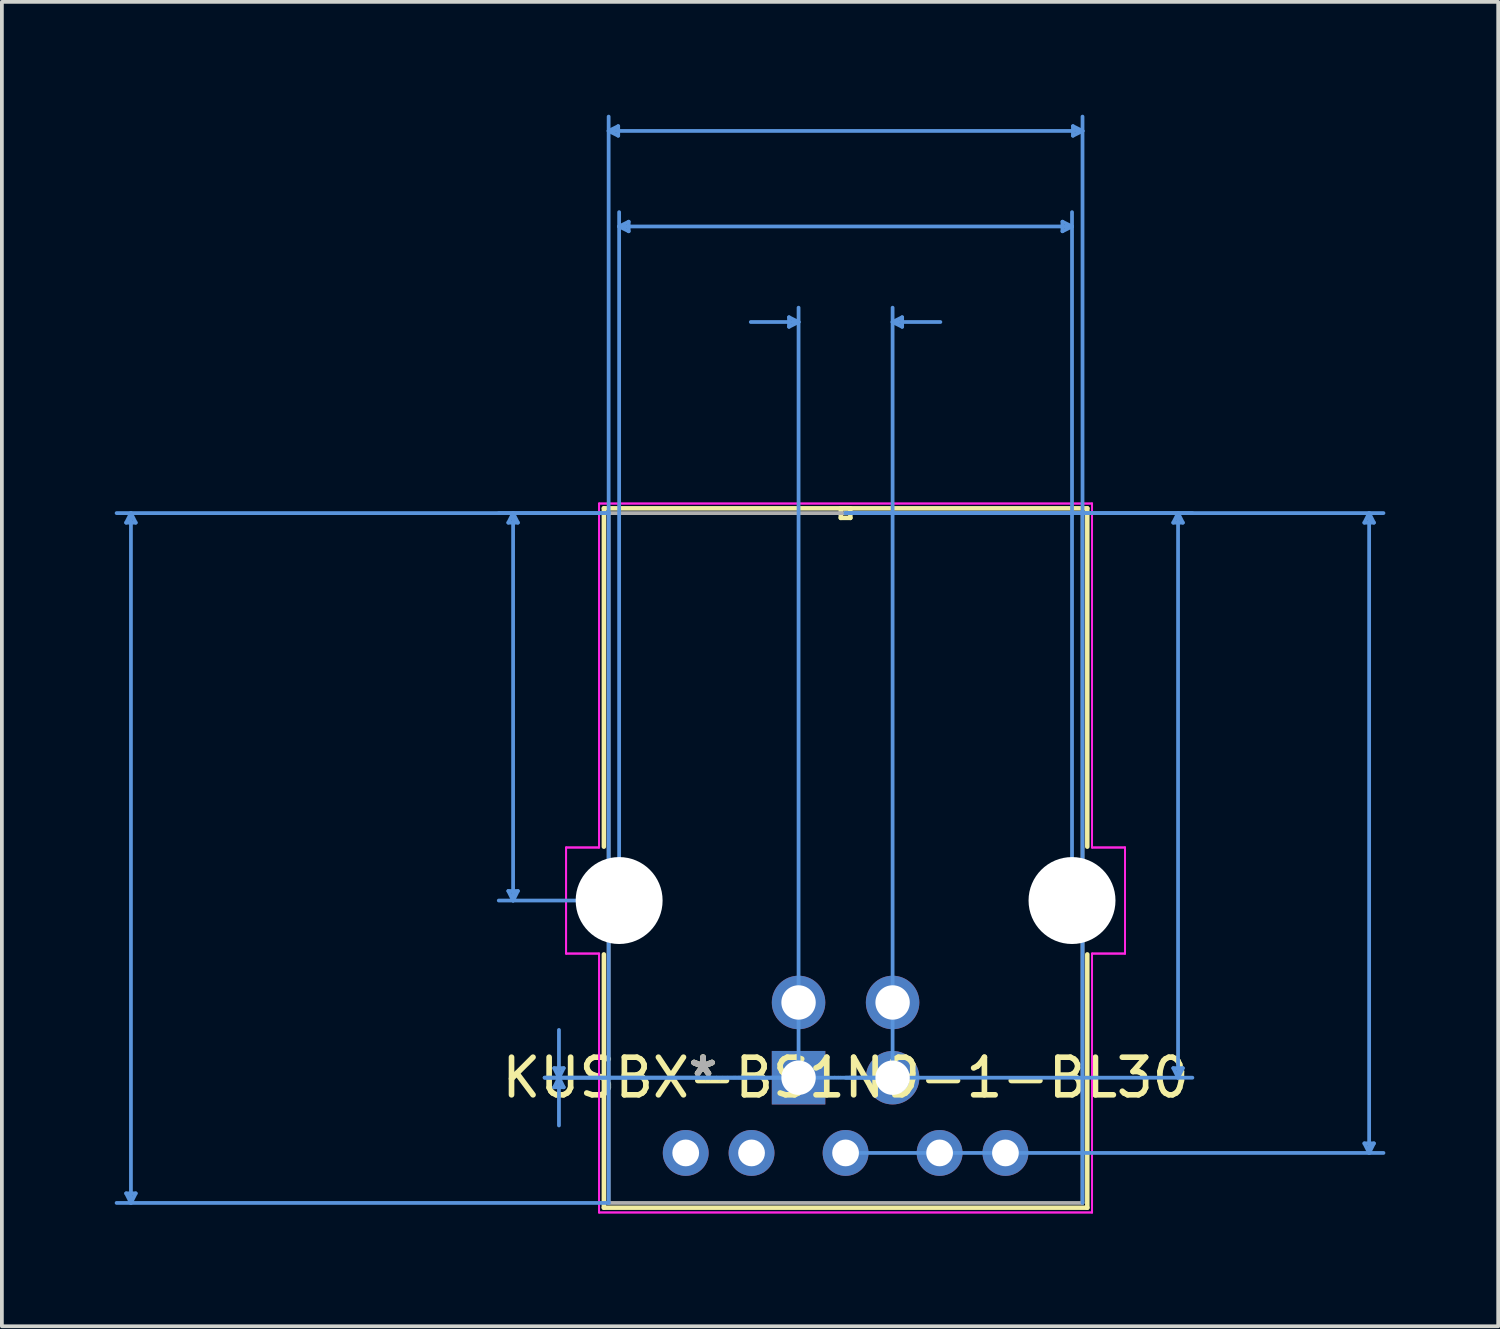
<source format=kicad_pcb>
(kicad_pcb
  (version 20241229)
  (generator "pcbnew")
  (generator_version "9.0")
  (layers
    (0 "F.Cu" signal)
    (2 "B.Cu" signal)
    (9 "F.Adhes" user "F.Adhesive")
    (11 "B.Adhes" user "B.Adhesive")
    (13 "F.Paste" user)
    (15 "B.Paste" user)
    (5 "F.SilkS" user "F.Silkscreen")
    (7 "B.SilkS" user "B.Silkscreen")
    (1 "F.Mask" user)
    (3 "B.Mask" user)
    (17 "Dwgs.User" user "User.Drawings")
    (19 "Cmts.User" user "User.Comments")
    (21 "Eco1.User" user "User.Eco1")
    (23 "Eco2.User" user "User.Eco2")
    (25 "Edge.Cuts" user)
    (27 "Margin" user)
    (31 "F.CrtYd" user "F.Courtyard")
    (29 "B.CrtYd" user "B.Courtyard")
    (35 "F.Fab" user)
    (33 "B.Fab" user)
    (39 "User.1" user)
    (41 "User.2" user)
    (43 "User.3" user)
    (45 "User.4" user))
  (footprint "KUSBX-BS1N9-1-BL30"
    (layer "F.Cu")
    (at 18.18 25.601)
    (property "Reference" "KUSBX-BS1N9-1-BL30" (at 1.25 0 0) (layer "F.SilkS") (effects (font (size 1 1) (thickness 0.15))))
    (attr through_hole)
    (fp_line (start -5.176 -15.137) (end -5.176 -6.142) (stroke (width 0.12) (type solid)) (layer "F.SilkS"))
    (fp_line (start -5.176 -3.278) (end -5.176 3.456) (stroke (width 0.12) (type solid)) (layer "F.SilkS"))
    (fp_line (start -5.176 3.456) (end 7.676 3.456) (stroke (width 0.12) (type solid)) (layer "F.SilkS"))
    (fp_line (start 1.123 -15.137) (end 1.123 -14.883) (stroke (width 0.12) (type solid)) (layer "F.SilkS"))
    (fp_line (start 1.123 -14.883) (end 1.377 -14.883) (stroke (width 0.12) (type solid)) (layer "F.SilkS"))
    (fp_line (start 1.377 -15.137) (end 1.123 -15.137) (stroke (width 0.12) (type solid)) (layer "F.SilkS"))
    (fp_line (start 1.377 -14.883) (end 1.377 -15.137) (stroke (width 0.12) (type solid)) (layer "F.SilkS"))
    (fp_line (start 7.676 -15.137) (end -5.176 -15.137) (stroke (width 0.12) (type solid)) (layer "F.SilkS"))
    (fp_line (start 7.676 -6.142) (end 7.676 -15.137) (stroke (width 0.12) (type solid)) (layer "F.SilkS"))
    (fp_line (start 7.676 3.456) (end 7.676 -3.278) (stroke (width 0.12) (type solid)) (layer "F.SilkS"))
    (fp_line (start -17.876 -14.756) (end -17.622 -14.756) (stroke (width 0.1) (type solid)) (layer "Cmts.User"))
    (fp_line (start -17.876 3.075) (end -17.622 3.075) (stroke (width 0.1) (type solid)) (layer "Cmts.User"))
    (fp_line (start -17.749 -15.01) (end -17.876 -14.756) (stroke (width 0.1) (type solid)) (layer "Cmts.User"))
    (fp_line (start -17.749 -15.01) (end -17.749 3.329) (stroke (width 0.1) (type solid)) (layer "Cmts.User"))
    (fp_line (start -17.749 -15.01) (end -17.622 -14.756) (stroke (width 0.1) (type solid)) (layer "Cmts.User"))
    (fp_line (start -17.749 3.329) (end -17.876 3.075) (stroke (width 0.1) (type solid)) (layer "Cmts.User"))
    (fp_line (start -17.749 3.329) (end -17.622 3.075) (stroke (width 0.1) (type solid)) (layer "Cmts.User"))
    (fp_line (start -7.716 -14.756) (end -7.462 -14.756) (stroke (width 0.1) (type solid)) (layer "Cmts.User"))
    (fp_line (start -7.716 -4.964) (end -7.462 -4.964) (stroke (width 0.1) (type solid)) (layer "Cmts.User"))
    (fp_line (start -7.589 -15.01) (end -7.716 -14.756) (stroke (width 0.1) (type solid)) (layer "Cmts.User"))
    (fp_line (start -7.589 -15.01) (end -7.589 -4.71) (stroke (width 0.1) (type solid)) (layer "Cmts.User"))
    (fp_line (start -7.589 -15.01) (end -7.462 -14.756) (stroke (width 0.1) (type solid)) (layer "Cmts.User"))
    (fp_line (start -7.589 -4.71) (end -7.716 -4.964) (stroke (width 0.1) (type solid)) (layer "Cmts.User"))
    (fp_line (start -7.589 -4.71) (end -7.462 -4.964) (stroke (width 0.1) (type solid)) (layer "Cmts.User"))
    (fp_line (start -6.497 -0.254) (end -6.243 -0.254) (stroke (width 0.1) (type solid)) (layer "Cmts.User"))
    (fp_line (start -6.497 0.254) (end -6.243 0.254) (stroke (width 0.1) (type solid)) (layer "Cmts.User"))
    (fp_line (start -6.37 0) (end -6.497 -0.254) (stroke (width 0.1) (type solid)) (layer "Cmts.User"))
    (fp_line (start -6.37 0) (end -6.497 0.254) (stroke (width 0.1) (type solid)) (layer "Cmts.User"))
    (fp_line (start -6.37 0) (end -6.37 -1.27) (stroke (width 0.1) (type solid)) (layer "Cmts.User"))
    (fp_line (start -6.37 0) (end -6.37 1.27) (stroke (width 0.1) (type solid)) (layer "Cmts.User"))
    (fp_line (start -6.37 0) (end -6.243 -0.254) (stroke (width 0.1) (type solid)) (layer "Cmts.User"))
    (fp_line (start -6.37 0) (end -6.243 0.254) (stroke (width 0.1) (type solid)) (layer "Cmts.User"))
    (fp_line (start -5.049 -25.17) (end -4.795 -25.297) (stroke (width 0.1) (type solid)) (layer "Cmts.User"))
    (fp_line (start -5.049 -25.17) (end -4.795 -25.043) (stroke (width 0.1) (type solid)) (layer "Cmts.User"))
    (fp_line (start -5.049 -25.17) (end 7.549 -25.17) (stroke (width 0.1) (type solid)) (layer "Cmts.User"))
    (fp_line (start -5.049 -15.01) (end -18.13 -15.01) (stroke (width 0.1) (type solid)) (layer "Cmts.User"))
    (fp_line (start -5.049 -15.01) (end -7.97 -15.01) (stroke (width 0.1) (type solid)) (layer "Cmts.User"))
    (fp_line (start -5.049 3.329) (end -18.13 3.329) (stroke (width 0.1) (type solid)) (layer "Cmts.User"))
    (fp_line (start -5.049 3.329) (end -5.049 -25.551) (stroke (width 0.1) (type solid)) (layer "Cmts.User"))
    (fp_line (start -4.795 -25.297) (end -4.795 -25.043) (stroke (width 0.1) (type solid)) (layer "Cmts.User"))
    (fp_line (start -4.77 -22.63) (end -4.516 -22.757) (stroke (width 0.1) (type solid)) (layer "Cmts.User"))
    (fp_line (start -4.77 -22.63) (end -4.516 -22.503) (stroke (width 0.1) (type solid)) (layer "Cmts.User"))
    (fp_line (start -4.77 -22.63) (end 7.27 -22.63) (stroke (width 0.1) (type solid)) (layer "Cmts.User"))
    (fp_line (start -4.77 -4.71) (end -7.97 -4.71) (stroke (width 0.1) (type solid)) (layer "Cmts.User"))
    (fp_line (start -4.77 -4.71) (end -4.77 -23.011) (stroke (width 0.1) (type solid)) (layer "Cmts.User"))
    (fp_line (start -4.516 -22.757) (end -4.516 -22.503) (stroke (width 0.1) (type solid)) (layer "Cmts.User"))
    (fp_line (start -0.254 -20.217) (end -0.254 -19.963) (stroke (width 0.1) (type solid)) (layer "Cmts.User"))
    (fp_line (start 0 -20.09) (end -1.27 -20.09) (stroke (width 0.1) (type solid)) (layer "Cmts.User"))
    (fp_line (start 0 -20.09) (end -0.254 -20.217) (stroke (width 0.1) (type solid)) (layer "Cmts.User"))
    (fp_line (start 0 -20.09) (end -0.254 -19.963) (stroke (width 0.1) (type solid)) (layer "Cmts.User"))
    (fp_line (start 0 0) (end -6.751 0) (stroke (width 0.1) (type solid)) (layer "Cmts.User"))
    (fp_line (start 0 0) (end 0 -20.471) (stroke (width 0.1) (type solid)) (layer "Cmts.User"))
    (fp_line (start 1.25 -15.01) (end 10.47 -15.01) (stroke (width 0.1) (type solid)) (layer "Cmts.User"))
    (fp_line (start 1.25 -15.01) (end 15.55 -15.01) (stroke (width 0.1) (type solid)) (layer "Cmts.User"))
    (fp_line (start 1.25 0) (end 10.47 0) (stroke (width 0.1) (type solid)) (layer "Cmts.User"))
    (fp_line (start 1.25 2) (end 15.55 2) (stroke (width 0.1) (type solid)) (layer "Cmts.User"))
    (fp_line (start 2.5 -20.09) (end 2.754 -20.217) (stroke (width 0.1) (type solid)) (layer "Cmts.User"))
    (fp_line (start 2.5 -20.09) (end 2.754 -19.963) (stroke (width 0.1) (type solid)) (layer "Cmts.User"))
    (fp_line (start 2.5 -20.09) (end 3.77 -20.09) (stroke (width 0.1) (type solid)) (layer "Cmts.User"))
    (fp_line (start 2.5 0) (end -6.751 0) (stroke (width 0.1) (type solid)) (layer "Cmts.User"))
    (fp_line (start 2.5 0) (end 2.5 -20.471) (stroke (width 0.1) (type solid)) (layer "Cmts.User"))
    (fp_line (start 2.754 -20.217) (end 2.754 -19.963) (stroke (width 0.1) (type solid)) (layer "Cmts.User"))
    (fp_line (start 7.016 -22.757) (end 7.016 -22.503) (stroke (width 0.1) (type solid)) (layer "Cmts.User"))
    (fp_line (start 7.27 -22.63) (end 7.016 -22.757) (stroke (width 0.1) (type solid)) (layer "Cmts.User"))
    (fp_line (start 7.27 -22.63) (end 7.016 -22.503) (stroke (width 0.1) (type solid)) (layer "Cmts.User"))
    (fp_line (start 7.27 -4.71) (end 7.27 -23.011) (stroke (width 0.1) (type solid)) (layer "Cmts.User"))
    (fp_line (start 7.295 -25.297) (end 7.295 -25.043) (stroke (width 0.1) (type solid)) (layer "Cmts.User"))
    (fp_line (start 7.549 -25.17) (end 7.295 -25.297) (stroke (width 0.1) (type solid)) (layer "Cmts.User"))
    (fp_line (start 7.549 -25.17) (end 7.295 -25.043) (stroke (width 0.1) (type solid)) (layer "Cmts.User"))
    (fp_line (start 7.549 3.329) (end 7.549 -25.551) (stroke (width 0.1) (type solid)) (layer "Cmts.User"))
    (fp_line (start 9.962 -14.756) (end 10.216 -14.756) (stroke (width 0.1) (type solid)) (layer "Cmts.User"))
    (fp_line (start 9.962 -0.254) (end 10.216 -0.254) (stroke (width 0.1) (type solid)) (layer "Cmts.User"))
    (fp_line (start 10.089 -15.01) (end 9.962 -14.756) (stroke (width 0.1) (type solid)) (layer "Cmts.User"))
    (fp_line (start 10.089 -15.01) (end 10.089 0) (stroke (width 0.1) (type solid)) (layer "Cmts.User"))
    (fp_line (start 10.089 -15.01) (end 10.216 -14.756) (stroke (width 0.1) (type solid)) (layer "Cmts.User"))
    (fp_line (start 10.089 0) (end 9.962 -0.254) (stroke (width 0.1) (type solid)) (layer "Cmts.User"))
    (fp_line (start 10.089 0) (end 10.216 -0.254) (stroke (width 0.1) (type solid)) (layer "Cmts.User"))
    (fp_line (start 15.042 -14.756) (end 15.296 -14.756) (stroke (width 0.1) (type solid)) (layer "Cmts.User"))
    (fp_line (start 15.042 1.746) (end 15.296 1.746) (stroke (width 0.1) (type solid)) (layer "Cmts.User"))
    (fp_line (start 15.169 -15.01) (end 15.042 -14.756) (stroke (width 0.1) (type solid)) (layer "Cmts.User"))
    (fp_line (start 15.169 -15.01) (end 15.169 2) (stroke (width 0.1) (type solid)) (layer "Cmts.User"))
    (fp_line (start 15.169 -15.01) (end 15.296 -14.756) (stroke (width 0.1) (type solid)) (layer "Cmts.User"))
    (fp_line (start 15.169 2) (end 15.042 1.746) (stroke (width 0.1) (type solid)) (layer "Cmts.User"))
    (fp_line (start 15.169 2) (end 15.296 1.746) (stroke (width 0.1) (type solid)) (layer "Cmts.User"))
    (fp_line (start -6.18 -6.12) (end -6.18 -3.3) (stroke (width 0.05) (type solid)) (layer "F.CrtYd"))
    (fp_line (start -6.18 -6.12) (end -6.18 -3.3) (stroke (width 0.05) (type solid)) (layer "F.CrtYd"))
    (fp_line (start -6.18 -3.3) (end -5.303 -3.3) (stroke (width 0.05) (type solid)) (layer "F.CrtYd"))
    (fp_line (start -6.18 -3.3) (end -5.303 -3.3) (stroke (width 0.05) (type solid)) (layer "F.CrtYd"))
    (fp_line (start -5.303 -15.264) (end -5.303 -6.12) (stroke (width 0.05) (type solid)) (layer "F.CrtYd"))
    (fp_line (start -5.303 -15.264) (end -5.303 -6.12) (stroke (width 0.05) (type solid)) (layer "F.CrtYd"))
    (fp_line (start -5.303 -6.12) (end -6.18 -6.12) (stroke (width 0.05) (type solid)) (layer "F.CrtYd"))
    (fp_line (start -5.303 -6.12) (end -6.18 -6.12) (stroke (width 0.05) (type solid)) (layer "F.CrtYd"))
    (fp_line (start -5.303 -3.3) (end -5.303 3.583) (stroke (width 0.05) (type solid)) (layer "F.CrtYd"))
    (fp_line (start -5.303 -3.3) (end -5.303 3.583) (stroke (width 0.05) (type solid)) (layer "F.CrtYd"))
    (fp_line (start -5.303 3.583) (end 7.803 3.583) (stroke (width 0.05) (type solid)) (layer "F.CrtYd"))
    (fp_line (start -5.303 3.583) (end 7.803 3.583) (stroke (width 0.05) (type solid)) (layer "F.CrtYd"))
    (fp_line (start 7.803 -15.264) (end -5.303 -15.264) (stroke (width 0.05) (type solid)) (layer "F.CrtYd"))
    (fp_line (start 7.803 -15.264) (end -5.303 -15.264) (stroke (width 0.05) (type solid)) (layer "F.CrtYd"))
    (fp_line (start 7.803 -6.12) (end 7.803 -15.264) (stroke (width 0.05) (type solid)) (layer "F.CrtYd"))
    (fp_line (start 7.803 -6.12) (end 7.803 -15.264) (stroke (width 0.05) (type solid)) (layer "F.CrtYd"))
    (fp_line (start 7.803 -3.3) (end 8.68 -3.3) (stroke (width 0.05) (type solid)) (layer "F.CrtYd"))
    (fp_line (start 7.803 -3.3) (end 8.68 -3.3) (stroke (width 0.05) (type solid)) (layer "F.CrtYd"))
    (fp_line (start 7.803 3.583) (end 7.803 -3.3) (stroke (width 0.05) (type solid)) (layer "F.CrtYd"))
    (fp_line (start 7.803 3.583) (end 7.803 -3.3) (stroke (width 0.05) (type solid)) (layer "F.CrtYd"))
    (fp_line (start 8.68 -6.12) (end 7.803 -6.12) (stroke (width 0.05) (type solid)) (layer "F.CrtYd"))
    (fp_line (start 8.68 -6.12) (end 7.803 -6.12) (stroke (width 0.05) (type solid)) (layer "F.CrtYd"))
    (fp_line (start 8.68 -3.3) (end 8.68 -6.12) (stroke (width 0.05) (type solid)) (layer "F.CrtYd"))
    (fp_line (start 8.68 -3.3) (end 8.68 -6.12) (stroke (width 0.05) (type solid)) (layer "F.CrtYd"))
    (fp_line (start -5.049 -15.01) (end -5.049 3.329) (stroke (width 0.1) (type solid)) (layer "F.Fab"))
    (fp_line (start -5.049 3.329) (end 7.549 3.329) (stroke (width 0.1) (type solid)) (layer "F.Fab"))
    (fp_line (start 1.25 -15.01) (end 1.25 -15.01) (stroke (width 0.1) (type solid)) (layer "F.Fab"))
    (fp_line (start 1.25 -15.01) (end 1.25 -15.01) (stroke (width 0.1) (type solid)) (layer "F.Fab"))
    (fp_line (start 1.25 -15.01) (end 1.25 -15.01) (stroke (width 0.1) (type solid)) (layer "F.Fab"))
    (fp_line (start 1.25 -15.01) (end 1.25 -15.01) (stroke (width 0.1) (type solid)) (layer "F.Fab"))
    (fp_line (start 7.549 -15.01) (end -5.049 -15.01) (stroke (width 0.1) (type solid)) (layer "F.Fab"))
    (fp_line (start 7.549 3.329) (end 7.549 -15.01) (stroke (width 0.1) (type solid)) (layer "F.Fab"))
    (fp_text user "*" (at -2.54 0 0) (layer "F.SilkS") (effects (font (size 1 1) (thickness 0.15))))
    (fp_text user "*" (at -2.54 0 0) (layer "F.SilkS") (effects (font (size 1 1) (thickness 0.15))))
    (fp_text user "Copyright 2021 Accelerated Designs. All rights reserved." (at 0 0 0) (layer "Cmts.User") (effects (font (size 0.127 0.127) (thickness 0.002))))
    (fp_text user "*" (at -2.54 0 0) (layer "F.Fab") (effects (font (size 1 1) (thickness 0.15))))
    (fp_text user "*" (at -2.54 0 0) (layer "F.Fab") (effects (font (size 1 1) (thickness 0.15))))
    (pad "" np_thru_hole circle (at -4.77 -4.71) (size 2.311 2.311) (drill 2.311) (layers "*.Cu" "*.Mask"))
    (pad "" np_thru_hole circle (at 7.27 -4.71) (size 2.311 2.311) (drill 2.311) (layers "*.Cu" "*.Mask"))
    (pad "1" thru_hole rect (at 0 0) (size 1.422 1.422) (drill 0.914) (layers "*.Cu" "*.Mask"))
    (pad "2" thru_hole circle (at 2.5 0) (size 1.422 1.422) (drill 0.914) (layers "*.Cu" "*.Mask"))
    (pad "3" thru_hole circle (at 2.5 -2) (size 1.422 1.422) (drill 0.914) (layers "*.Cu" "*.Mask"))
    (pad "4" thru_hole circle (at -0.000122 -2) (size 1.422 1.422) (drill 0.914) (layers "*.Cu" "*.Mask"))
    (pad "5" thru_hole circle (at 5.5 2) (size 1.219 1.219) (drill 0.711) (layers "*.Cu" "*.Mask"))
    (pad "6" thru_hole circle (at 3.75 2) (size 1.219 1.219) (drill 0.711) (layers "*.Cu" "*.Mask"))
    (pad "7" thru_hole circle (at 1.25 2) (size 1.219 1.219) (drill 0.711) (layers "*.Cu" "*.Mask"))
    (pad "8" thru_hole circle (at -1.25 2) (size 1.219 1.219) (drill 0.711) (layers "*.Cu" "*.Mask"))
    (pad "9" thru_hole circle (at -3 2) (size 1.219 1.219) (drill 0.711) (layers "*.Cu" "*.Mask")))
  (gr_rect
    (start -3 -3)
    (end 36.78 32.209)
    (stroke (width 0.1) (type default))
    (fill no)
    (layer "Edge.Cuts")))
</source>
